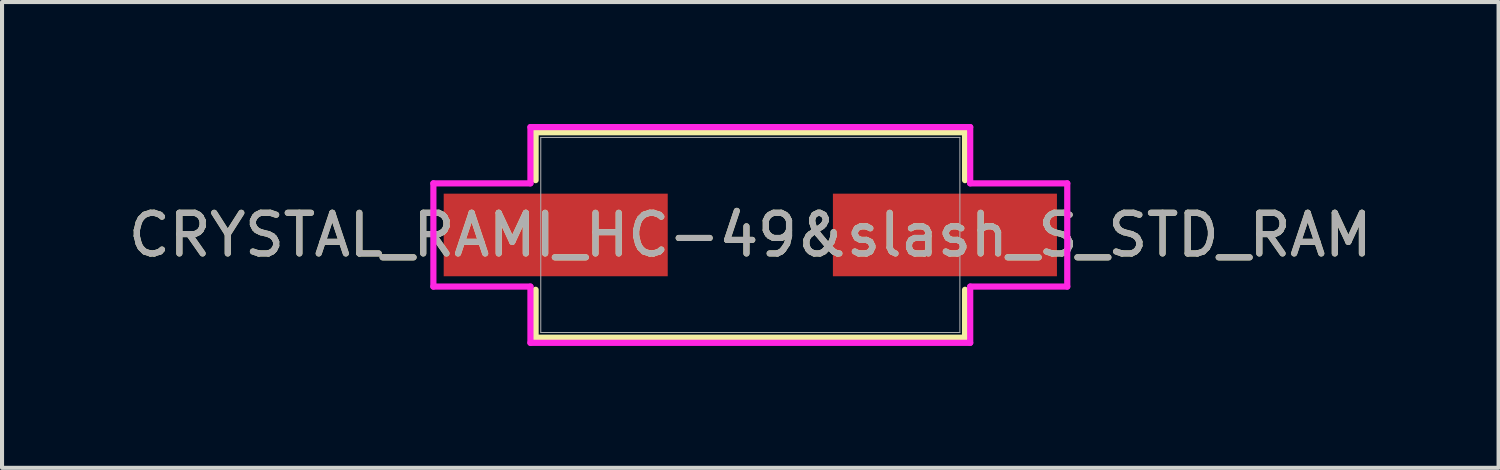
<source format=kicad_pcb>
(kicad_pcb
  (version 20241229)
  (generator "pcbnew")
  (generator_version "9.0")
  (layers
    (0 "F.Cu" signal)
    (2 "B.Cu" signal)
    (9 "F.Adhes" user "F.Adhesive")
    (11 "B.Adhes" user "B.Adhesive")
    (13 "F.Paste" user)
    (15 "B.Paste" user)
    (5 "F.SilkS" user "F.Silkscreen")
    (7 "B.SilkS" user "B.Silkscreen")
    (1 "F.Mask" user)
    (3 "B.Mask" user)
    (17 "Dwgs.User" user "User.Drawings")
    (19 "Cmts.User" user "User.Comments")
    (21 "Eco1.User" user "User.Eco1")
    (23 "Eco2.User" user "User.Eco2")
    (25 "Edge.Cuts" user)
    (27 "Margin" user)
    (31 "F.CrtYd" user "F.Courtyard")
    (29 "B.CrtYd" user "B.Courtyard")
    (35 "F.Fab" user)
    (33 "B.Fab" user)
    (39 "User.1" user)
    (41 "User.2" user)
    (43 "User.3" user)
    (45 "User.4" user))
  (footprint "CRYSTAL_RAMI_HC-49&slash_S_STD_RAM"
    (layer "F.Cu")
    (at 15.411 2.731)
    (property "Reference" "CRYSTAL_RAMI_HC-49&slash_S_STD_RAM" (at 0 0 0) (unlocked yes) (layer "F.SilkS") (effects (font (size 1 1) (thickness 0.15))))
    (attr smd)
    (fp_line (start -5.283 -2.527) (end -5.283 -1.349) (stroke (width 0.152) (type solid)) (layer "F.SilkS"))
    (fp_line (start -5.283 1.349) (end -5.283 2.527) (stroke (width 0.152) (type solid)) (layer "F.SilkS"))
    (fp_line (start -5.283 2.527) (end 5.283 2.527) (stroke (width 0.152) (type solid)) (layer "F.SilkS"))
    (fp_line (start 5.283 -2.527) (end -5.283 -2.527) (stroke (width 0.152) (type solid)) (layer "F.SilkS"))
    (fp_line (start 5.283 -1.349) (end 5.283 -2.527) (stroke (width 0.152) (type solid)) (layer "F.SilkS"))
    (fp_line (start 5.283 2.527) (end 5.283 1.349) (stroke (width 0.152) (type solid)) (layer "F.SilkS"))
    (fp_line (start -7.798 -1.27) (end -5.41 -1.27) (stroke (width 0.152) (type solid)) (layer "F.CrtYd"))
    (fp_line (start -7.798 1.27) (end -7.798 -1.27) (stroke (width 0.152) (type solid)) (layer "F.CrtYd"))
    (fp_line (start -5.41 -2.654) (end 5.41 -2.654) (stroke (width 0.152) (type solid)) (layer "F.CrtYd"))
    (fp_line (start -5.41 -1.27) (end -5.41 -2.654) (stroke (width 0.152) (type solid)) (layer "F.CrtYd"))
    (fp_line (start -5.41 1.27) (end -7.798 1.27) (stroke (width 0.152) (type solid)) (layer "F.CrtYd"))
    (fp_line (start -5.41 2.654) (end -5.41 1.27) (stroke (width 0.152) (type solid)) (layer "F.CrtYd"))
    (fp_line (start 5.41 -2.654) (end 5.41 -1.27) (stroke (width 0.152) (type solid)) (layer "F.CrtYd"))
    (fp_line (start 5.41 -1.27) (end 7.798 -1.27) (stroke (width 0.152) (type solid)) (layer "F.CrtYd"))
    (fp_line (start 5.41 1.27) (end 5.41 2.654) (stroke (width 0.152) (type solid)) (layer "F.CrtYd"))
    (fp_line (start 5.41 2.654) (end -5.41 2.654) (stroke (width 0.152) (type solid)) (layer "F.CrtYd"))
    (fp_line (start 7.798 -1.27) (end 7.798 1.27) (stroke (width 0.152) (type solid)) (layer "F.CrtYd"))
    (fp_line (start 7.798 1.27) (end 5.41 1.27) (stroke (width 0.152) (type solid)) (layer "F.CrtYd"))
    (fp_line (start -5.156 -2.4) (end -5.156 2.4) (stroke (width 0.025) (type solid)) (layer "F.Fab"))
    (fp_line (start -5.156 2.4) (end 5.156 2.4) (stroke (width 0.025) (type solid)) (layer "F.Fab"))
    (fp_line (start 5.156 -2.4) (end -5.156 -2.4) (stroke (width 0.025) (type solid)) (layer "F.Fab"))
    (fp_line (start 5.156 2.4) (end 5.156 -2.4) (stroke (width 0.025) (type solid)) (layer "F.Fab"))
    (fp_text user "${REFERENCE}" (at 0 0 0) (unlocked yes) (layer "F.Fab") (effects (font (size 1 1) (thickness 0.15))))
    (pad "1" smd rect (at -4.788 0) (size 5.512 2.032) (layers "F.Cu" "F.Mask" "F.Paste"))
    (pad "2" smd rect (at 4.788 0) (size 5.512 2.032) (layers "F.Cu" "F.Mask" "F.Paste"))
    (zone (net_name "") (layer "F.Cu") (hatch full 0.508) (connect_pads) (min_thickness 0.254) (filled_areas_thickness no) (keepout (tracks not_allowed) (vias not_allowed) (pads allowed) (copperpour not_allowed) (footprints allowed)) (placement (enabled no)) (fill) (polygon (pts (xy 13.43 0.381) (xy 17.392 0.381) (xy 17.392 5.08) (xy 13.43 5.08)))))
  (gr_rect
    (start -3 -3)
    (end 33.821 8.461)
    (stroke (width 0.1) (type default))
    (fill no)
    (layer "Edge.Cuts")))
</source>
